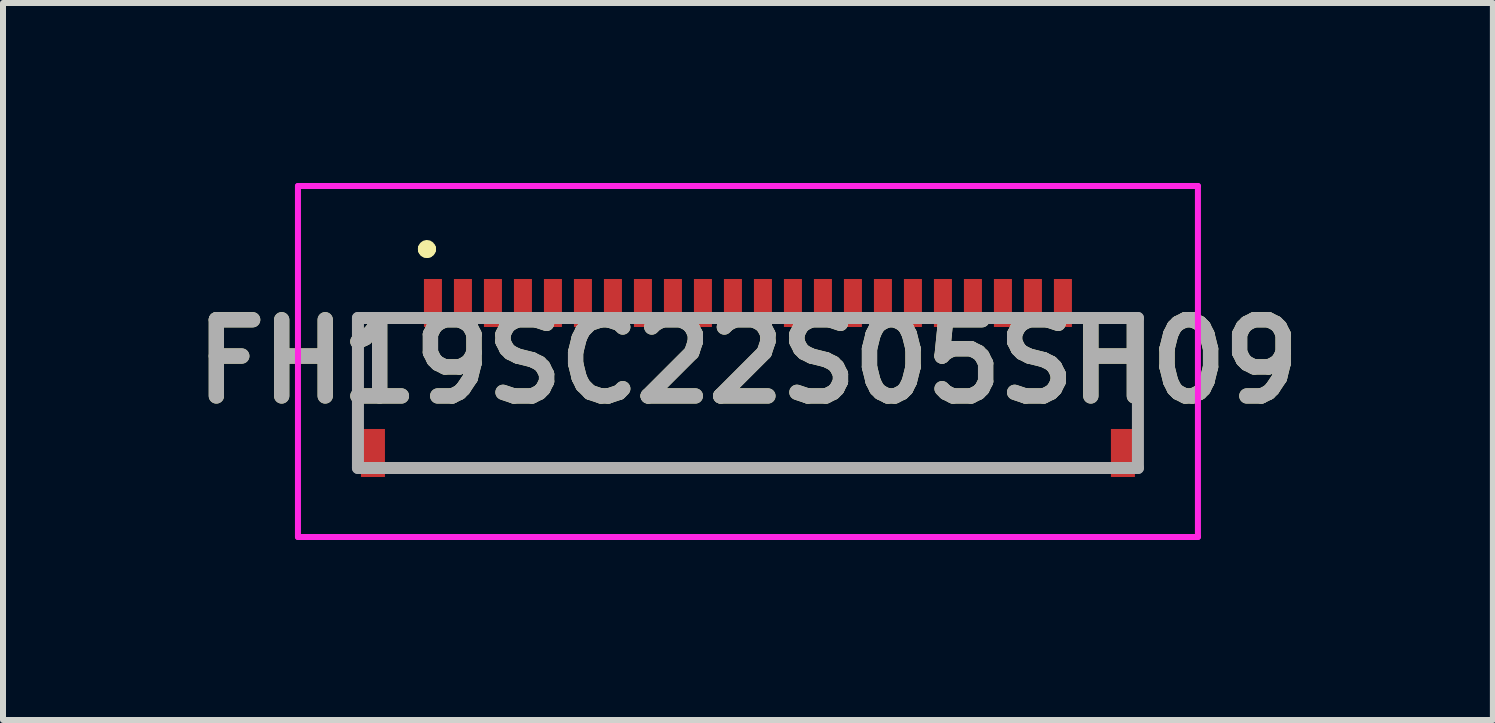
<source format=kicad_pcb>
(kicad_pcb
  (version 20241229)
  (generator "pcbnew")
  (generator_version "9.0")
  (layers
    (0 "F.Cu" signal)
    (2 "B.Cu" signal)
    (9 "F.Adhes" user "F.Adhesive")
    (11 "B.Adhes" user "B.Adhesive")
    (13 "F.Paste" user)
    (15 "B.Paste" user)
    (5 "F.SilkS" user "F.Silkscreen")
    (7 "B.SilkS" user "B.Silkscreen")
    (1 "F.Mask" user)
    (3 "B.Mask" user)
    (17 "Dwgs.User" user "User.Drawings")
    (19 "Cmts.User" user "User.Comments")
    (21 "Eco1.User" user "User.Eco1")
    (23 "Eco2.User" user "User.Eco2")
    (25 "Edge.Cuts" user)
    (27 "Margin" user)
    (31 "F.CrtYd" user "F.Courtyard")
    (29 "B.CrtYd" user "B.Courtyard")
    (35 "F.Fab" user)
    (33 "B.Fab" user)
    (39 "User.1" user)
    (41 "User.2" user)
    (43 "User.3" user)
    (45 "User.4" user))
  (footprint "FH19SC22S05SH09"
    (layer "F.Cu")
    (at 9.416 3.5)
    (property "Reference" "FH19SC22S05SH09" (at 0 -0.525 0) (layer "F.SilkS") (effects (font (size 1.27 1.27) (thickness 0.254))))
    (attr smd)
    (fp_line (start -6.5 -1.25) (end -6.5 -1.25) (stroke (width 0.1) (type solid)) (layer "F.SilkS"))
    (fp_line (start -6.5 -1.25) (end -6.5 -1.25) (stroke (width 0.1) (type solid)) (layer "F.SilkS"))
    (fp_line (start -6.5 -1.25) (end -6.5 0.25) (stroke (width 0.1) (type solid)) (layer "F.SilkS"))
    (fp_line (start -6.5 -1.25) (end -6 -1.25) (stroke (width 0.1) (type solid)) (layer "F.SilkS"))
    (fp_line (start -6.5 0.25) (end -6.5 -1.25) (stroke (width 0.1) (type solid)) (layer "F.SilkS"))
    (fp_line (start -6.5 0.25) (end -6.5 0.25) (stroke (width 0.1) (type solid)) (layer "F.SilkS"))
    (fp_line (start -6 -1.25) (end -6.5 -1.25) (stroke (width 0.1) (type solid)) (layer "F.SilkS"))
    (fp_line (start -6 -1.25) (end -6 -1.25) (stroke (width 0.1) (type solid)) (layer "F.SilkS"))
    (fp_line (start -5.5 1.25) (end -5.5 1.25) (stroke (width 0.1) (type solid)) (layer "F.SilkS"))
    (fp_line (start -5.5 1.25) (end 5.5 1.25) (stroke (width 0.1) (type solid)) (layer "F.SilkS"))
    (fp_line (start -5.4 -2.4) (end -5.4 -2.4) (stroke (width 0.2) (type solid)) (layer "F.SilkS"))
    (fp_line (start -5.4 -2.4) (end -5.4 -2.4) (stroke (width 0.2) (type solid)) (layer "F.SilkS"))
    (fp_line (start -5.3 -2.4) (end -5.3 -2.4) (stroke (width 0.2) (type solid)) (layer "F.SilkS"))
    (fp_line (start 5.5 1.25) (end -5.5 1.25) (stroke (width 0.1) (type solid)) (layer "F.SilkS"))
    (fp_line (start 5.5 1.25) (end 5.5 1.25) (stroke (width 0.1) (type solid)) (layer "F.SilkS"))
    (fp_line (start 6 -1.25) (end 6 -1.25) (stroke (width 0.1) (type solid)) (layer "F.SilkS"))
    (fp_line (start 6 -1.25) (end 6.5 -1.25) (stroke (width 0.1) (type solid)) (layer "F.SilkS"))
    (fp_line (start 6.5 -1.25) (end 6 -1.25) (stroke (width 0.1) (type solid)) (layer "F.SilkS"))
    (fp_line (start 6.5 -1.25) (end 6.5 -1.25) (stroke (width 0.1) (type solid)) (layer "F.SilkS"))
    (fp_line (start 6.5 -1.25) (end 6.5 -1.25) (stroke (width 0.1) (type solid)) (layer "F.SilkS"))
    (fp_line (start 6.5 -1.25) (end 6.5 0) (stroke (width 0.1) (type solid)) (layer "F.SilkS"))
    (fp_line (start 6.5 0) (end 6.5 -1.25) (stroke (width 0.1) (type solid)) (layer "F.SilkS"))
    (fp_line (start 6.5 0) (end 6.5 0) (stroke (width 0.1) (type solid)) (layer "F.SilkS"))
    (fp_arc (start -5.4 -2.4) (mid -5.35 -2.45) (end -5.3 -2.4) (stroke (width 0.2) (type solid)) (layer "F.SilkS"))
    (fp_arc (start -5.3 -2.4) (mid -5.35 -2.35) (end -5.4 -2.4) (stroke (width 0.2) (type solid)) (layer "F.SilkS"))
    (fp_arc (start -5.3 -2.4) (mid -5.35 -2.35) (end -5.4 -2.4) (stroke (width 0.2) (type solid)) (layer "F.SilkS"))
    (fp_line (start -7.5 -3.45) (end 7.5 -3.45) (stroke (width 0.1) (type solid)) (layer "F.CrtYd"))
    (fp_line (start -7.5 2.4) (end -7.5 -3.45) (stroke (width 0.1) (type solid)) (layer "F.CrtYd"))
    (fp_line (start 7.5 -3.45) (end 7.5 2.4) (stroke (width 0.1) (type solid)) (layer "F.CrtYd"))
    (fp_line (start 7.5 2.4) (end -7.5 2.4) (stroke (width 0.1) (type solid)) (layer "F.CrtYd"))
    (fp_line (start -6.5 -1.25) (end -6.5 1.25) (stroke (width 0.2) (type solid)) (layer "F.Fab"))
    (fp_line (start -6.5 1.25) (end 6.5 1.25) (stroke (width 0.2) (type solid)) (layer "F.Fab"))
    (fp_line (start 6.5 -1.25) (end -6.5 -1.25) (stroke (width 0.2) (type solid)) (layer "F.Fab"))
    (fp_line (start 6.5 1.25) (end 6.5 -1.25) (stroke (width 0.2) (type solid)) (layer "F.Fab"))
    (fp_text user "${REFERENCE}" (at 0 -0.525 0) (layer "F.Fab") (effects (font (size 1.27 1.27) (thickness 0.254))))
    (pad "1" smd rect (at -5.25 -1.5) (size 0.3 0.8) (layers "F.Cu" "F.Mask" "F.Paste"))
    (pad "2" smd rect (at -4.75 -1.5) (size 0.3 0.8) (layers "F.Cu" "F.Mask" "F.Paste"))
    (pad "3" smd rect (at -4.25 -1.5) (size 0.3 0.8) (layers "F.Cu" "F.Mask" "F.Paste"))
    (pad "4" smd rect (at -3.75 -1.5) (size 0.3 0.8) (layers "F.Cu" "F.Mask" "F.Paste"))
    (pad "5" smd rect (at -3.25 -1.5) (size 0.3 0.8) (layers "F.Cu" "F.Mask" "F.Paste"))
    (pad "6" smd rect (at -2.75 -1.5) (size 0.3 0.8) (layers "F.Cu" "F.Mask" "F.Paste"))
    (pad "7" smd rect (at -2.25 -1.5) (size 0.3 0.8) (layers "F.Cu" "F.Mask" "F.Paste"))
    (pad "8" smd rect (at -1.75 -1.5) (size 0.3 0.8) (layers "F.Cu" "F.Mask" "F.Paste"))
    (pad "9" smd rect (at -1.25 -1.5) (size 0.3 0.8) (layers "F.Cu" "F.Mask" "F.Paste"))
    (pad "10" smd rect (at -0.75 -1.5) (size 0.3 0.8) (layers "F.Cu" "F.Mask" "F.Paste"))
    (pad "11" smd rect (at -0.25 -1.5) (size 0.3 0.8) (layers "F.Cu" "F.Mask" "F.Paste"))
    (pad "12" smd rect (at 0.25 -1.5) (size 0.3 0.8) (layers "F.Cu" "F.Mask" "F.Paste"))
    (pad "13" smd rect (at 0.75 -1.5) (size 0.3 0.8) (layers "F.Cu" "F.Mask" "F.Paste"))
    (pad "14" smd rect (at 1.25 -1.5) (size 0.3 0.8) (layers "F.Cu" "F.Mask" "F.Paste"))
    (pad "15" smd rect (at 1.75 -1.5) (size 0.3 0.8) (layers "F.Cu" "F.Mask" "F.Paste"))
    (pad "16" smd rect (at 2.25 -1.5) (size 0.3 0.8) (layers "F.Cu" "F.Mask" "F.Paste"))
    (pad "17" smd rect (at 2.75 -1.5) (size 0.3 0.8) (layers "F.Cu" "F.Mask" "F.Paste"))
    (pad "18" smd rect (at 3.25 -1.5) (size 0.3 0.8) (layers "F.Cu" "F.Mask" "F.Paste"))
    (pad "19" smd rect (at 3.75 -1.5) (size 0.3 0.8) (layers "F.Cu" "F.Mask" "F.Paste"))
    (pad "20" smd rect (at 4.25 -1.5) (size 0.3 0.8) (layers "F.Cu" "F.Mask" "F.Paste"))
    (pad "21" smd rect (at 4.75 -1.5) (size 0.3 0.8) (layers "F.Cu" "F.Mask" "F.Paste"))
    (pad "22" smd rect (at 5.25 -1.5) (size 0.3 0.8) (layers "F.Cu" "F.Mask" "F.Paste"))
    (pad "MP1" smd rect (at -6.25 1) (size 0.4 0.8) (layers "F.Cu" "F.Mask" "F.Paste"))
    (pad "MP2" smd rect (at 6.25 1) (size 0.4 0.8) (layers "F.Cu" "F.Mask" "F.Paste")))
  (gr_rect
    (start -3 -3)
    (end 21.832 8.95)
    (stroke (width 0.1) (type default))
    (fill no)
    (layer "Edge.Cuts")))
</source>
